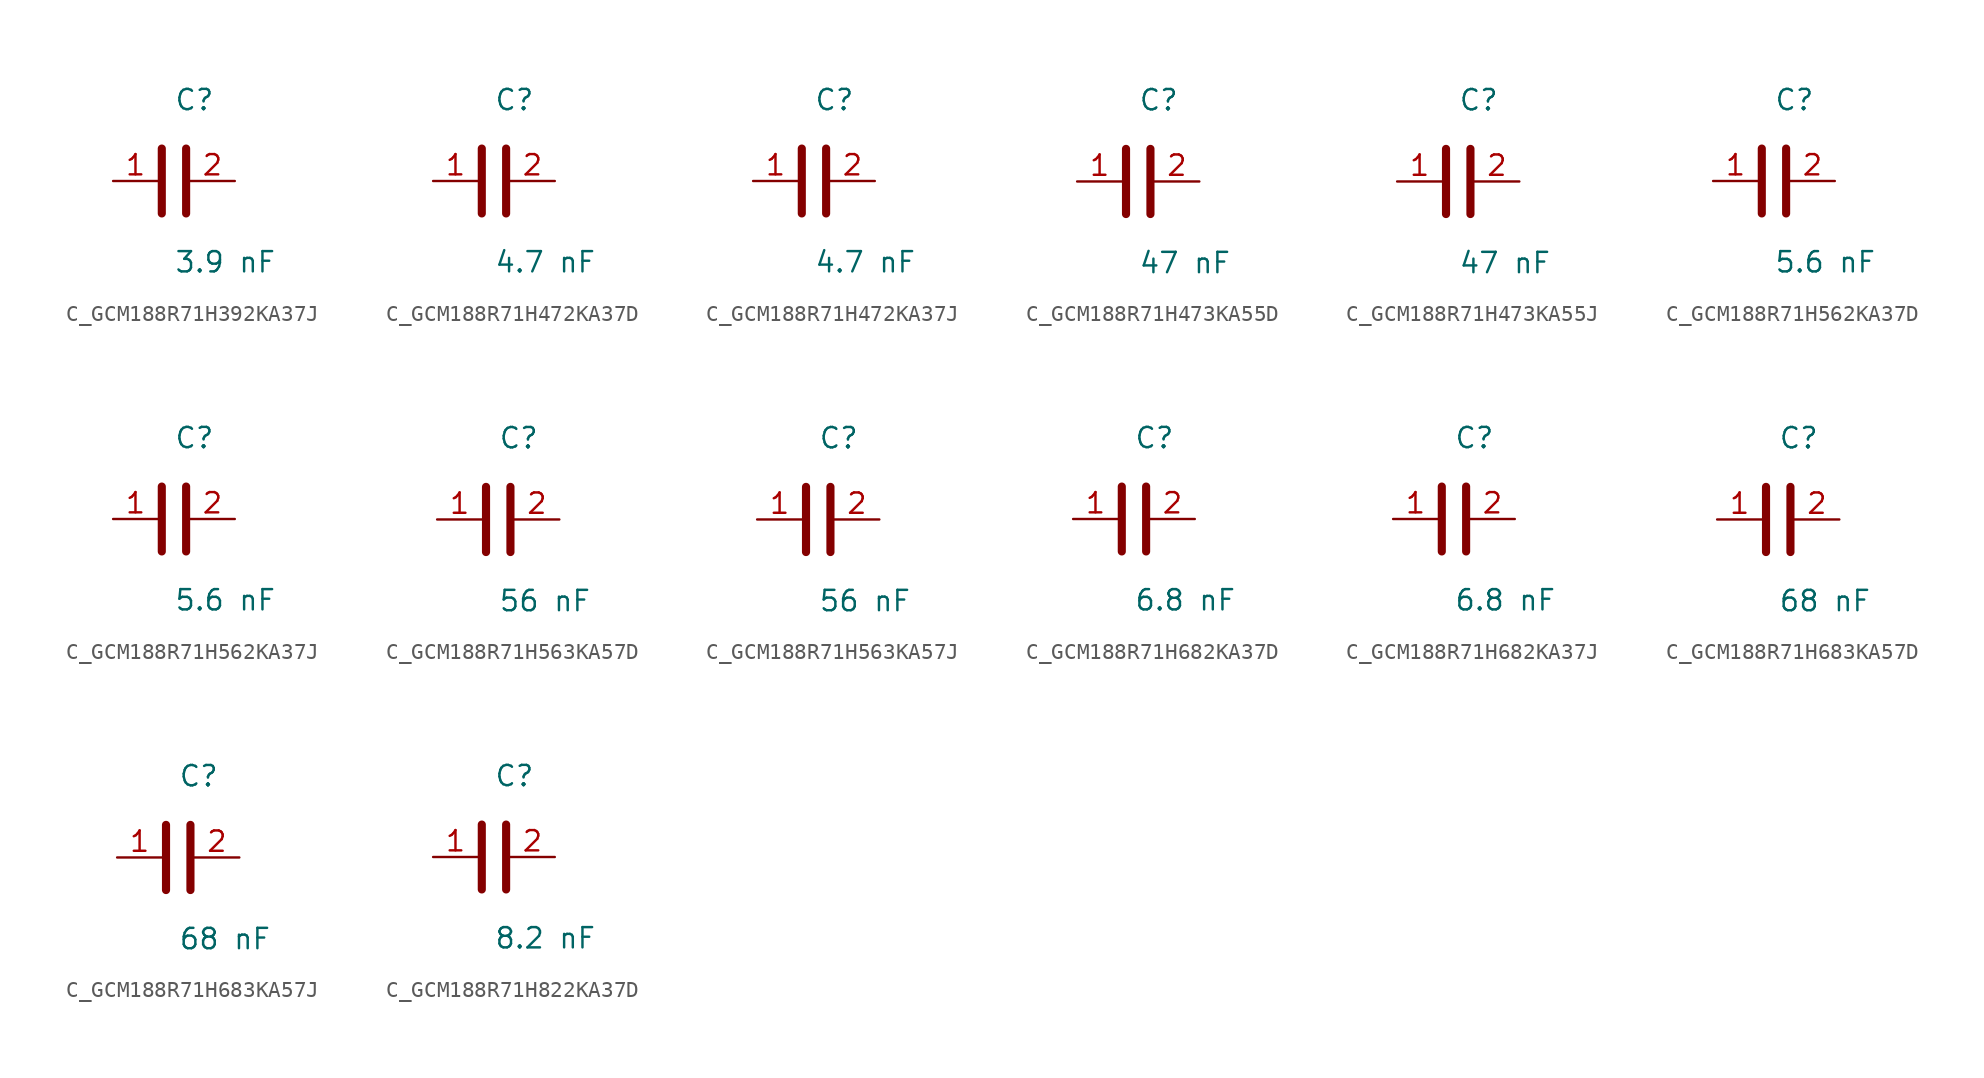
<source format=kicad_sym>
(kicad_symbol_lib
  (version 20231120)
  (generator kicad_symbol_editor)
  (generator_version 8.0)
  (symbol "C_GCM188R71H392KA37J"
    (pin_names
      (offset 0.254))
    (property "Value" "3.9 nF"
      (at 0 -5.08 0)
      (effects (font (size 1.27 1.27)) (justify left)))
    (property "Reference" "C"
      (at 0 5.08 0)
      (effects (font (size 1.27 1.27)) (justify left)))
    (symbol "C_GCM188R71H392KA37J_0_1"
      (polyline (pts (xy -0.762 -2.032) (xy -0.762 2.032)) (stroke (width 0.508) (type default)) (fill (type none)))
      (polyline (pts (xy 0.762 -2.032) (xy 0.762 2.032)) (stroke (width 0.508) (type default)) (fill (type none))))
    (pin unspecified line
      (at -3.81 0 0)
      (length 2.8)
      (name "" (effects (font (size 1.27 1.27))))
      (number "1" (effects (font (size 1.27 1.27)))))
    (pin unspecified line
      (at 3.81 0 180)
      (length 2.8)
      (name "" (effects (font (size 1.27 1.27))))
      (number "2" (effects (font (size 1.27 1.27))))))
  (symbol "C_GCM188R71H472KA37D"
    (pin_names
      (offset 0.254))
    (property "Value" "4.7 nF"
      (at 0 -5.08 0)
      (effects (font (size 1.27 1.27)) (justify left)))
    (property "Reference" "C"
      (at 0 5.08 0)
      (effects (font (size 1.27 1.27)) (justify left)))
    (symbol "C_GCM188R71H472KA37D_0_1"
      (polyline (pts (xy -0.762 -2.032) (xy -0.762 2.032)) (stroke (width 0.508) (type default)) (fill (type none)))
      (polyline (pts (xy 0.762 -2.032) (xy 0.762 2.032)) (stroke (width 0.508) (type default)) (fill (type none))))
    (pin unspecified line
      (at -3.81 0 0)
      (length 2.8)
      (name "" (effects (font (size 1.27 1.27))))
      (number "1" (effects (font (size 1.27 1.27)))))
    (pin unspecified line
      (at 3.81 0 180)
      (length 2.8)
      (name "" (effects (font (size 1.27 1.27))))
      (number "2" (effects (font (size 1.27 1.27))))))
  (symbol "C_GCM188R71H472KA37J"
    (pin_names
      (offset 0.254))
    (property "Value" "4.7 nF"
      (at 0 -5.08 0)
      (effects (font (size 1.27 1.27)) (justify left)))
    (property "Reference" "C"
      (at 0 5.08 0)
      (effects (font (size 1.27 1.27)) (justify left)))
    (symbol "C_GCM188R71H472KA37J_0_1"
      (polyline (pts (xy -0.762 -2.032) (xy -0.762 2.032)) (stroke (width 0.508) (type default)) (fill (type none)))
      (polyline (pts (xy 0.762 -2.032) (xy 0.762 2.032)) (stroke (width 0.508) (type default)) (fill (type none))))
    (pin unspecified line
      (at -3.81 0 0)
      (length 2.8)
      (name "" (effects (font (size 1.27 1.27))))
      (number "1" (effects (font (size 1.27 1.27)))))
    (pin unspecified line
      (at 3.81 0 180)
      (length 2.8)
      (name "" (effects (font (size 1.27 1.27))))
      (number "2" (effects (font (size 1.27 1.27))))))
  (symbol "C_GCM188R71H473KA55D"
    (pin_names
      (offset 0.254))
    (property "Value" "47 nF"
      (at 0 -5.08 0)
      (effects (font (size 1.27 1.27)) (justify left)))
    (property "Reference" "C"
      (at 0 5.08 0)
      (effects (font (size 1.27 1.27)) (justify left)))
    (symbol "C_GCM188R71H473KA55D_0_1"
      (polyline (pts (xy -0.762 -2.032) (xy -0.762 2.032)) (stroke (width 0.508) (type default)) (fill (type none)))
      (polyline (pts (xy 0.762 -2.032) (xy 0.762 2.032)) (stroke (width 0.508) (type default)) (fill (type none))))
    (pin unspecified line
      (at -3.81 0 0)
      (length 2.8)
      (name "" (effects (font (size 1.27 1.27))))
      (number "1" (effects (font (size 1.27 1.27)))))
    (pin unspecified line
      (at 3.81 0 180)
      (length 2.8)
      (name "" (effects (font (size 1.27 1.27))))
      (number "2" (effects (font (size 1.27 1.27))))))
  (symbol "C_GCM188R71H473KA55J"
    (pin_names
      (offset 0.254))
    (property "Value" "47 nF"
      (at 0 -5.08 0)
      (effects (font (size 1.27 1.27)) (justify left)))
    (property "Reference" "C"
      (at 0 5.08 0)
      (effects (font (size 1.27 1.27)) (justify left)))
    (symbol "C_GCM188R71H473KA55J_0_1"
      (polyline (pts (xy -0.762 -2.032) (xy -0.762 2.032)) (stroke (width 0.508) (type default)) (fill (type none)))
      (polyline (pts (xy 0.762 -2.032) (xy 0.762 2.032)) (stroke (width 0.508) (type default)) (fill (type none))))
    (pin unspecified line
      (at -3.81 0 0)
      (length 2.8)
      (name "" (effects (font (size 1.27 1.27))))
      (number "1" (effects (font (size 1.27 1.27)))))
    (pin unspecified line
      (at 3.81 0 180)
      (length 2.8)
      (name "" (effects (font (size 1.27 1.27))))
      (number "2" (effects (font (size 1.27 1.27))))))
  (symbol "C_GCM188R71H562KA37D"
    (pin_names
      (offset 0.254))
    (property "Value" "5.6 nF"
      (at 0 -5.08 0)
      (effects (font (size 1.27 1.27)) (justify left)))
    (property "Reference" "C"
      (at 0 5.08 0)
      (effects (font (size 1.27 1.27)) (justify left)))
    (symbol "C_GCM188R71H562KA37D_0_1"
      (polyline (pts (xy -0.762 -2.032) (xy -0.762 2.032)) (stroke (width 0.508) (type default)) (fill (type none)))
      (polyline (pts (xy 0.762 -2.032) (xy 0.762 2.032)) (stroke (width 0.508) (type default)) (fill (type none))))
    (pin unspecified line
      (at -3.81 0 0)
      (length 2.8)
      (name "" (effects (font (size 1.27 1.27))))
      (number "1" (effects (font (size 1.27 1.27)))))
    (pin unspecified line
      (at 3.81 0 180)
      (length 2.8)
      (name "" (effects (font (size 1.27 1.27))))
      (number "2" (effects (font (size 1.27 1.27))))))
  (symbol "C_GCM188R71H562KA37J"
    (pin_names
      (offset 0.254))
    (property "Value" "5.6 nF"
      (at 0 -5.08 0)
      (effects (font (size 1.27 1.27)) (justify left)))
    (property "Reference" "C"
      (at 0 5.08 0)
      (effects (font (size 1.27 1.27)) (justify left)))
    (symbol "C_GCM188R71H562KA37J_0_1"
      (polyline (pts (xy -0.762 -2.032) (xy -0.762 2.032)) (stroke (width 0.508) (type default)) (fill (type none)))
      (polyline (pts (xy 0.762 -2.032) (xy 0.762 2.032)) (stroke (width 0.508) (type default)) (fill (type none))))
    (pin unspecified line
      (at -3.81 0 0)
      (length 2.8)
      (name "" (effects (font (size 1.27 1.27))))
      (number "1" (effects (font (size 1.27 1.27)))))
    (pin unspecified line
      (at 3.81 0 180)
      (length 2.8)
      (name "" (effects (font (size 1.27 1.27))))
      (number "2" (effects (font (size 1.27 1.27))))))
  (symbol "C_GCM188R71H563KA57D"
    (pin_names
      (offset 0.254))
    (property "Value" "56 nF"
      (at 0 -5.08 0)
      (effects (font (size 1.27 1.27)) (justify left)))
    (property "Reference" "C"
      (at 0 5.08 0)
      (effects (font (size 1.27 1.27)) (justify left)))
    (symbol "C_GCM188R71H563KA57D_0_1"
      (polyline (pts (xy -0.762 -2.032) (xy -0.762 2.032)) (stroke (width 0.508) (type default)) (fill (type none)))
      (polyline (pts (xy 0.762 -2.032) (xy 0.762 2.032)) (stroke (width 0.508) (type default)) (fill (type none))))
    (pin unspecified line
      (at -3.81 0 0)
      (length 2.8)
      (name "" (effects (font (size 1.27 1.27))))
      (number "1" (effects (font (size 1.27 1.27)))))
    (pin unspecified line
      (at 3.81 0 180)
      (length 2.8)
      (name "" (effects (font (size 1.27 1.27))))
      (number "2" (effects (font (size 1.27 1.27))))))
  (symbol "C_GCM188R71H563KA57J"
    (pin_names
      (offset 0.254))
    (property "Value" "56 nF"
      (at 0 -5.08 0)
      (effects (font (size 1.27 1.27)) (justify left)))
    (property "Reference" "C"
      (at 0 5.08 0)
      (effects (font (size 1.27 1.27)) (justify left)))
    (symbol "C_GCM188R71H563KA57J_0_1"
      (polyline (pts (xy -0.762 -2.032) (xy -0.762 2.032)) (stroke (width 0.508) (type default)) (fill (type none)))
      (polyline (pts (xy 0.762 -2.032) (xy 0.762 2.032)) (stroke (width 0.508) (type default)) (fill (type none))))
    (pin unspecified line
      (at -3.81 0 0)
      (length 2.8)
      (name "" (effects (font (size 1.27 1.27))))
      (number "1" (effects (font (size 1.27 1.27)))))
    (pin unspecified line
      (at 3.81 0 180)
      (length 2.8)
      (name "" (effects (font (size 1.27 1.27))))
      (number "2" (effects (font (size 1.27 1.27))))))
  (symbol "C_GCM188R71H682KA37D"
    (pin_names
      (offset 0.254))
    (property "Value" "6.8 nF"
      (at 0 -5.08 0)
      (effects (font (size 1.27 1.27)) (justify left)))
    (property "Reference" "C"
      (at 0 5.08 0)
      (effects (font (size 1.27 1.27)) (justify left)))
    (symbol "C_GCM188R71H682KA37D_0_1"
      (polyline (pts (xy -0.762 -2.032) (xy -0.762 2.032)) (stroke (width 0.508) (type default)) (fill (type none)))
      (polyline (pts (xy 0.762 -2.032) (xy 0.762 2.032)) (stroke (width 0.508) (type default)) (fill (type none))))
    (pin unspecified line
      (at -3.81 0 0)
      (length 2.8)
      (name "" (effects (font (size 1.27 1.27))))
      (number "1" (effects (font (size 1.27 1.27)))))
    (pin unspecified line
      (at 3.81 0 180)
      (length 2.8)
      (name "" (effects (font (size 1.27 1.27))))
      (number "2" (effects (font (size 1.27 1.27))))))
  (symbol "C_GCM188R71H682KA37J"
    (pin_names
      (offset 0.254))
    (property "Value" "6.8 nF"
      (at 0 -5.08 0)
      (effects (font (size 1.27 1.27)) (justify left)))
    (property "Reference" "C"
      (at 0 5.08 0)
      (effects (font (size 1.27 1.27)) (justify left)))
    (symbol "C_GCM188R71H682KA37J_0_1"
      (polyline (pts (xy -0.762 -2.032) (xy -0.762 2.032)) (stroke (width 0.508) (type default)) (fill (type none)))
      (polyline (pts (xy 0.762 -2.032) (xy 0.762 2.032)) (stroke (width 0.508) (type default)) (fill (type none))))
    (pin unspecified line
      (at -3.81 0 0)
      (length 2.8)
      (name "" (effects (font (size 1.27 1.27))))
      (number "1" (effects (font (size 1.27 1.27)))))
    (pin unspecified line
      (at 3.81 0 180)
      (length 2.8)
      (name "" (effects (font (size 1.27 1.27))))
      (number "2" (effects (font (size 1.27 1.27))))))
  (symbol "C_GCM188R71H683KA57D"
    (pin_names
      (offset 0.254))
    (property "Value" "68 nF"
      (at 0 -5.08 0)
      (effects (font (size 1.27 1.27)) (justify left)))
    (property "Reference" "C"
      (at 0 5.08 0)
      (effects (font (size 1.27 1.27)) (justify left)))
    (symbol "C_GCM188R71H683KA57D_0_1"
      (polyline (pts (xy -0.762 -2.032) (xy -0.762 2.032)) (stroke (width 0.508) (type default)) (fill (type none)))
      (polyline (pts (xy 0.762 -2.032) (xy 0.762 2.032)) (stroke (width 0.508) (type default)) (fill (type none))))
    (pin unspecified line
      (at -3.81 0 0)
      (length 2.8)
      (name "" (effects (font (size 1.27 1.27))))
      (number "1" (effects (font (size 1.27 1.27)))))
    (pin unspecified line
      (at 3.81 0 180)
      (length 2.8)
      (name "" (effects (font (size 1.27 1.27))))
      (number "2" (effects (font (size 1.27 1.27))))))
  (symbol "C_GCM188R71H683KA57J"
    (pin_names
      (offset 0.254))
    (property "Value" "68 nF"
      (at 0 -5.08 0)
      (effects (font (size 1.27 1.27)) (justify left)))
    (property "Reference" "C"
      (at 0 5.08 0)
      (effects (font (size 1.27 1.27)) (justify left)))
    (symbol "C_GCM188R71H683KA57J_0_1"
      (polyline (pts (xy -0.762 -2.032) (xy -0.762 2.032)) (stroke (width 0.508) (type default)) (fill (type none)))
      (polyline (pts (xy 0.762 -2.032) (xy 0.762 2.032)) (stroke (width 0.508) (type default)) (fill (type none))))
    (pin unspecified line
      (at -3.81 0 0)
      (length 2.8)
      (name "" (effects (font (size 1.27 1.27))))
      (number "1" (effects (font (size 1.27 1.27)))))
    (pin unspecified line
      (at 3.81 0 180)
      (length 2.8)
      (name "" (effects (font (size 1.27 1.27))))
      (number "2" (effects (font (size 1.27 1.27))))))
  (symbol "C_GCM188R71H822KA37D"
    (pin_names
      (offset 0.254))
    (property "Value" "8.2 nF"
      (at 0 -5.08 0)
      (effects (font (size 1.27 1.27)) (justify left)))
    (property "Reference" "C"
      (at 0 5.08 0)
      (effects (font (size 1.27 1.27)) (justify left)))
    (symbol "C_GCM188R71H822KA37D_0_1"
      (polyline (pts (xy -0.762 -2.032) (xy -0.762 2.032)) (stroke (width 0.508) (type default)) (fill (type none)))
      (polyline (pts (xy 0.762 -2.032) (xy 0.762 2.032)) (stroke (width 0.508) (type default)) (fill (type none))))
    (pin unspecified line
      (at -3.81 0 0)
      (length 2.8)
      (name "" (effects (font (size 1.27 1.27))))
      (number "1" (effects (font (size 1.27 1.27)))))
    (pin unspecified line
      (at 3.81 0 180)
      (length 2.8)
      (name "" (effects (font (size 1.27 1.27))))
      (number "2" (effects (font (size 1.27 1.27)))))))
</source>
